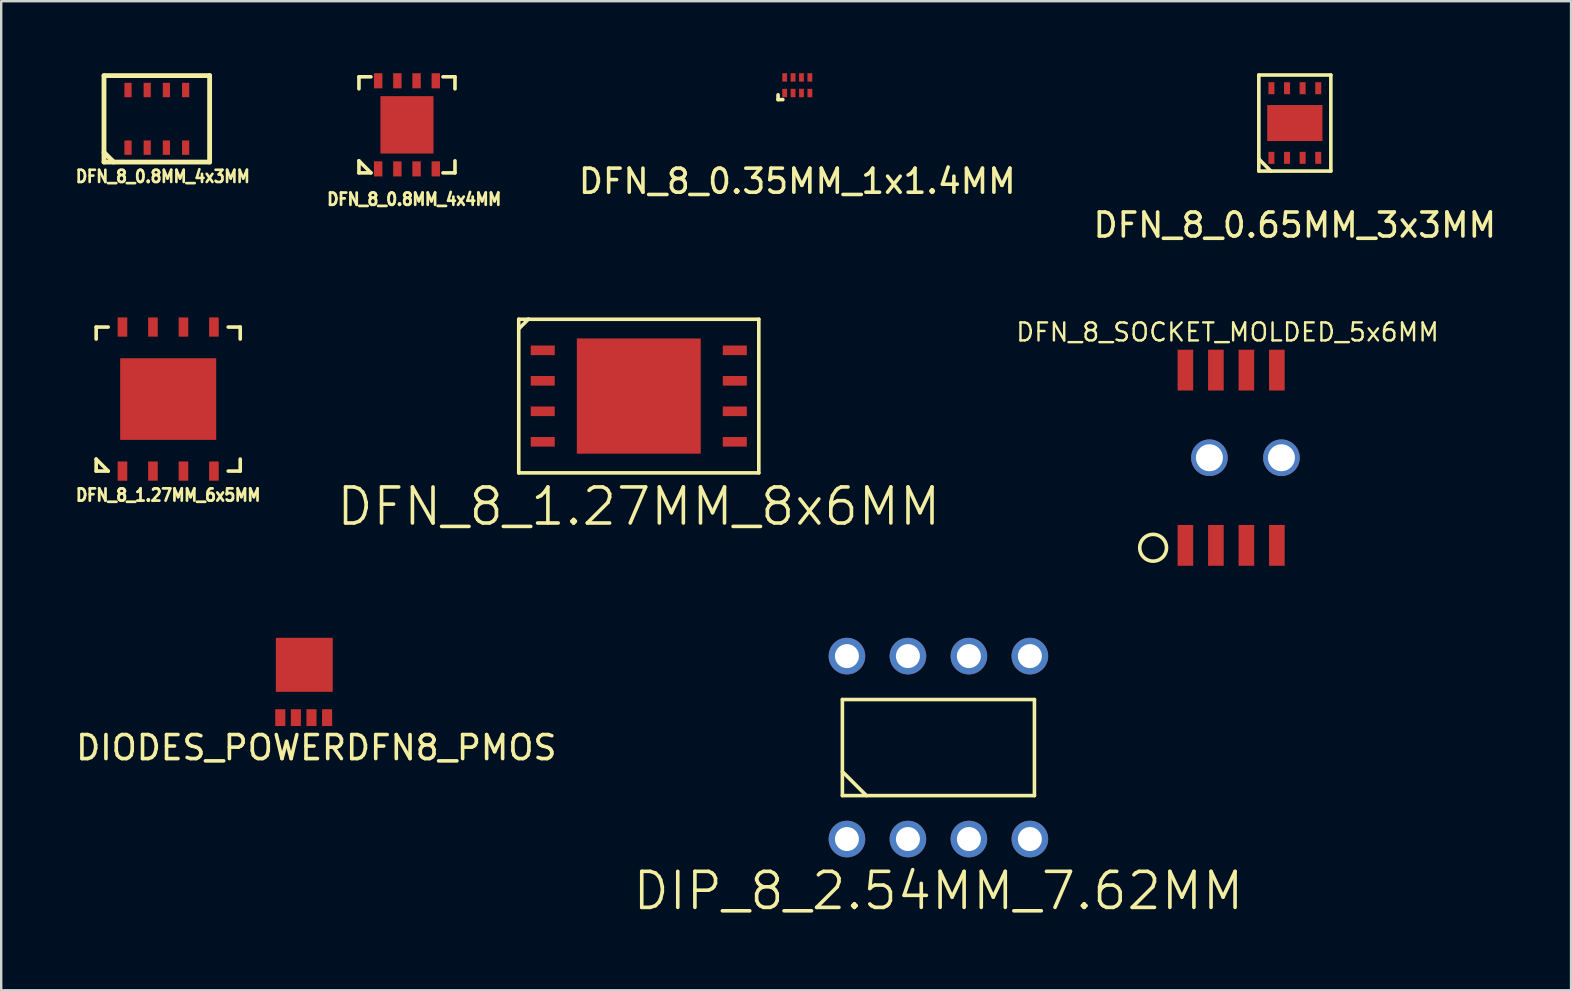
<source format=kicad_pcb>
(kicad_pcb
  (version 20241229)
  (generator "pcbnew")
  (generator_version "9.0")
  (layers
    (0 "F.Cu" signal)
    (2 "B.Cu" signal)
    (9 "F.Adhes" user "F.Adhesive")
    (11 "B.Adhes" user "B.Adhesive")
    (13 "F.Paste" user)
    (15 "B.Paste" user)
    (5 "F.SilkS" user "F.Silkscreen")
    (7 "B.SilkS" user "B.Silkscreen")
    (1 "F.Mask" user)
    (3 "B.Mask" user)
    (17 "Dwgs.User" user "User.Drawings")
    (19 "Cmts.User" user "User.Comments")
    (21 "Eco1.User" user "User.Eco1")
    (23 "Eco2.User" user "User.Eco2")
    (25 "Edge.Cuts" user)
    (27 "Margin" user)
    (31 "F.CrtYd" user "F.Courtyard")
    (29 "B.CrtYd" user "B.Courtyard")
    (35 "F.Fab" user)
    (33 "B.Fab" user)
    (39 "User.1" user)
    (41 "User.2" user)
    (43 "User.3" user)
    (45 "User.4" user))
  (footprint "DIODES_POWERDFN8_PMOS"
    (layer "F.Cu")
    (at 9.625 25.343)
    (property "Reference" "DIODES_POWERDFN8_PMOS" (at 0.5 2.75 0) (layer "F.SilkS") (effects (font (size 1 1) (thickness 0.15))))
    (attr through_hole)
    (pad "D" smd rect (at 0 -0.7) (size 2.37 2.25) (layers "F.Cu" "F.Mask" "F.Paste"))
    (pad "G" smd rect (at 0.95 1.5) (size 0.42 0.7) (layers "F.Cu" "F.Mask" "F.Paste"))
    (pad "S" smd rect (at -1 1.5) (size 0.42 0.7) (layers "F.Cu" "F.Mask" "F.Paste"))
    (pad "S" smd rect (at -0.35 1.5) (size 0.42 0.7) (layers "F.Cu" "F.Mask" "F.Paste"))
    (pad "S" smd rect (at 0.3 1.5) (size 0.42 0.7) (layers "F.Cu" "F.Mask" "F.Paste")))
  (footprint "DFN_8_0.35MM_1x1.4MM"
    (layer "F.Cu")
    (at 30.16 0.5)
    (property "Reference" "DFN_8_0.35MM_1x1.4MM" (at 0 4 0) (layer "F.SilkS") (effects (font (size 1 1) (thickness 0.15))))
    (attr through_hole)
    (fp_line (start -0.8 0.4) (end -0.8 0.6) (stroke (width 0.15) (type solid)) (layer "F.SilkS"))
    (fp_line (start -0.8 0.6) (end -0.6 0.6) (stroke (width 0.15) (type solid)) (layer "F.SilkS"))
    (pad "1" smd rect (at -0.525 0.325) (size 0.2 0.35) (layers "F.Cu" "F.Mask" "F.Paste"))
    (pad "2" smd rect (at -0.175 0.325) (size 0.2 0.35) (layers "F.Cu" "F.Mask" "F.Paste"))
    (pad "3" smd rect (at 0.175 0.325) (size 0.2 0.35) (layers "F.Cu" "F.Mask" "F.Paste"))
    (pad "4" smd rect (at 0.525 0.325) (size 0.2 0.35) (layers "F.Cu" "F.Mask" "F.Paste"))
    (pad "5" smd rect (at 0.525 -0.325) (size 0.2 0.35) (layers "F.Cu" "F.Mask" "F.Paste"))
    (pad "6" smd rect (at 0.175 -0.325) (size 0.2 0.35) (layers "F.Cu" "F.Mask" "F.Paste"))
    (pad "7" smd rect (at -0.175 -0.325) (size 0.2 0.35) (layers "F.Cu" "F.Mask" "F.Paste"))
    (pad "8" smd rect (at -0.525 -0.325) (size 0.2 0.35) (layers "F.Cu" "F.Mask" "F.Paste")))
  (footprint "DFN_8_1.27MM_8x6MM"
    (layer "F.Cu")
    (at 23.558 13.448)
    (property "Reference" "DFN_8_1.27MM_8x6MM" (at 0 4.6 0) (layer "F.SilkS") (effects (font (size 1.5 1.5) (thickness 0.15))))
    (attr through_hole)
    (fp_line (start -5 -3.2) (end -4.6 -3.2) (stroke (width 0.15) (type solid)) (layer "F.SilkS"))
    (fp_line (start -5 -2.8) (end -4.6 -3.2) (stroke (width 0.15) (type solid)) (layer "F.SilkS"))
    (fp_line (start -5 3.2) (end -5 -3.2) (stroke (width 0.15) (type solid)) (layer "F.SilkS"))
    (fp_line (start -4.6 -3.2) (end 5 -3.2) (stroke (width 0.15) (type solid)) (layer "F.SilkS"))
    (fp_line (start 5 -3.2) (end 5 3.2) (stroke (width 0.15) (type solid)) (layer "F.SilkS"))
    (fp_line (start 5 3.2) (end -5 3.2) (stroke (width 0.15) (type solid)) (layer "F.SilkS"))
    (pad "" smd rect (at -1.5 -1.5) (size 1 1) (layers "F.Paste"))
    (pad "" smd rect (at -1.5 0) (size 1 1) (layers "F.Paste"))
    (pad "" smd rect (at -1.5 1.5) (size 1 1) (layers "F.Paste"))
    (pad "" smd rect (at 0 -1.5) (size 1 1) (layers "F.Paste"))
    (pad "" smd rect (at 0 0) (size 1 1) (layers "F.Paste"))
    (pad "" smd rect (at 0 1.5) (size 1 1) (layers "F.Paste"))
    (pad "" smd rect (at 1.5 -1.5) (size 1 1) (layers "F.Paste"))
    (pad "" smd rect (at 1.5 0) (size 1 1) (layers "F.Paste"))
    (pad "" smd rect (at 1.5 1.5) (size 1 1) (layers "F.Paste"))
    (pad "1" smd rect (at -4 -1.905) (size 1 0.4) (layers "F.Cu" "F.Mask" "F.Paste"))
    (pad "2" smd rect (at -4 -0.635) (size 1 0.4) (layers "F.Cu" "F.Mask" "F.Paste"))
    (pad "3" smd rect (at -4 0.635) (size 1 0.4) (layers "F.Cu" "F.Mask" "F.Paste"))
    (pad "4" smd rect (at -4 1.905) (size 1 0.4) (layers "F.Cu" "F.Mask" "F.Paste"))
    (pad "5" smd rect (at 4 1.905) (size 1 0.4) (layers "F.Cu" "F.Mask" "F.Paste"))
    (pad "6" smd rect (at 4 0.635) (size 1 0.4) (layers "F.Cu" "F.Mask" "F.Paste"))
    (pad "7" smd rect (at 4 -0.635) (size 1 0.4) (layers "F.Cu" "F.Mask" "F.Paste"))
    (pad "8" smd rect (at 4 -1.905) (size 1 0.4) (layers "F.Cu" "F.Mask" "F.Paste"))
    (pad "PAD" smd rect (at 0 0) (size 5.16 4.8) (layers "F.Cu" "F.Mask")))
  (footprint "DIP_8_2.54MM_7.62MM"
    (layer "F.Cu")
    (at 36.039 28.09)
    (property "Reference" "DIP_8_2.54MM_7.62MM" (at 0 5.97 0) (layer "F.SilkS") (effects (font (size 1.5 1.5) (thickness 0.15))))
    (attr through_hole)
    (fp_line (start -4 -2) (end -4 2) (stroke (width 0.15) (type solid)) (layer "F.SilkS"))
    (fp_line (start -4 1) (end -3 2) (stroke (width 0.15) (type solid)) (layer "F.SilkS"))
    (fp_line (start -4 2) (end 4 2) (stroke (width 0.15) (type solid)) (layer "F.SilkS"))
    (fp_line (start 4 -2) (end -4 -2) (stroke (width 0.15) (type solid)) (layer "F.SilkS"))
    (fp_line (start 4 2) (end 4 -2) (stroke (width 0.15) (type solid)) (layer "F.SilkS"))
    (pad "1" thru_hole circle (at -3.81 3.81) (size 1.524 1.524) (drill 1) (layers "*.Cu" "*.Mask"))
    (pad "2" thru_hole circle (at -1.27 3.81) (size 1.524 1.524) (drill 1) (layers "*.Cu" "*.Mask"))
    (pad "3" thru_hole circle (at 1.27 3.81) (size 1.524 1.524) (drill 1) (layers "*.Cu" "*.Mask"))
    (pad "4" thru_hole circle (at 3.81 3.81) (size 1.524 1.524) (drill 1) (layers "*.Cu" "*.Mask"))
    (pad "5" thru_hole circle (at 3.81 -3.81) (size 1.524 1.524) (drill 1) (layers "*.Cu" "*.Mask"))
    (pad "6" thru_hole circle (at 1.27 -3.81) (size 1.524 1.524) (drill 1) (layers "*.Cu" "*.Mask"))
    (pad "7" thru_hole circle (at -1.27 -3.81) (size 1.524 1.524) (drill 1) (layers "*.Cu" "*.Mask"))
    (pad "8" thru_hole circle (at -3.81 -3.81) (size 1.524 1.524) (drill 1) (layers "*.Cu" "*.Mask")))
  (footprint "DFN_8_0.65MM_3x3MM"
    (layer "F.Cu")
    (at 50.886 2.075)
    (property "Reference" "DFN_8_0.65MM_3x3MM" (at 0 4.25 0) (layer "F.SilkS") (effects (font (size 1 1) (thickness 0.15))))
    (attr through_hole)
    (fp_line (start -1.5 -2) (end -1.5 1.5) (stroke (width 0.15) (type solid)) (layer "F.SilkS"))
    (fp_line (start -1.5 -2) (end 1.5 -2) (stroke (width 0.15) (type solid)) (layer "F.SilkS"))
    (fp_line (start -1.5 1.5) (end -1.5 2) (stroke (width 0.15) (type solid)) (layer "F.SilkS"))
    (fp_line (start -1.5 1.5) (end -1 2) (stroke (width 0.15) (type solid)) (layer "F.SilkS"))
    (fp_line (start -1.5 2) (end -1 2) (stroke (width 0.15) (type solid)) (layer "F.SilkS"))
    (fp_line (start -1 2) (end 1.5 2) (stroke (width 0.15) (type solid)) (layer "F.SilkS"))
    (fp_line (start 1.5 2) (end 1.5 -2) (stroke (width 0.15) (type solid)) (layer "F.SilkS"))
    (pad "1" smd rect (at -0.975 1.45) (size 0.25 0.5) (layers "F.Cu" "F.Mask" "F.Paste"))
    (pad "2" smd rect (at -0.325 1.45) (size 0.25 0.5) (layers "F.Cu" "F.Mask" "F.Paste"))
    (pad "3" smd rect (at 0.325 1.45) (size 0.25 0.5) (layers "F.Cu" "F.Mask" "F.Paste"))
    (pad "4" smd rect (at 0.975 1.45) (size 0.25 0.5) (layers "F.Cu" "F.Mask" "F.Paste"))
    (pad "5" smd rect (at 0.975 -1.45) (size 0.25 0.5) (layers "F.Cu" "F.Mask" "F.Paste"))
    (pad "6" smd rect (at 0.325 -1.45) (size 0.25 0.5) (layers "F.Cu" "F.Mask" "F.Paste"))
    (pad "7" smd rect (at -0.325 -1.45) (size 0.25 0.5) (layers "F.Cu" "F.Mask" "F.Paste"))
    (pad "8" smd rect (at -0.975 -1.45) (size 0.25 0.5) (layers "F.Cu" "F.Mask" "F.Paste"))
    (pad "PAD" smd rect (at 0 0) (size 2.3 1.5) (layers "F.Cu" "F.Mask" "F.Paste")))
  (footprint "DFN_8_1.27MM_6x5MM"
    (layer "F.Cu")
    (at 3.956 13.573)
    (property "Reference" "DFN_8_1.27MM_6x5MM" (at 0 4 0) (layer "F.SilkS") (effects (font (size 0.508 0.457) (thickness 0.114))))
    (attr through_hole)
    (fp_line (start -3 -3) (end -3 -2.5) (stroke (width 0.15) (type solid)) (layer "F.SilkS"))
    (fp_line (start -3 2.5) (end -3 3) (stroke (width 0.15) (type solid)) (layer "F.SilkS"))
    (fp_line (start -3 3) (end -2.5 3) (stroke (width 0.15) (type solid)) (layer "F.SilkS"))
    (fp_line (start -2.5 -3) (end -3 -3) (stroke (width 0.15) (type solid)) (layer "F.SilkS"))
    (fp_line (start -2.5 3) (end -3 2.5) (stroke (width 0.15) (type solid)) (layer "F.SilkS"))
    (fp_line (start 2.5 -3) (end 3 -3) (stroke (width 0.15) (type solid)) (layer "F.SilkS"))
    (fp_line (start 2.5 3) (end 3 3) (stroke (width 0.15) (type solid)) (layer "F.SilkS"))
    (fp_line (start 3 -3) (end 3 -2.5) (stroke (width 0.15) (type solid)) (layer "F.SilkS"))
    (fp_line (start 3 3) (end 3 2.5) (stroke (width 0.15) (type solid)) (layer "F.SilkS"))
    (pad "1" smd rect (at -1.905 3) (size 0.4 0.8) (layers "F.Cu" "F.Mask" "F.Paste"))
    (pad "2" smd rect (at -0.635 3) (size 0.4 0.8) (layers "F.Cu" "F.Mask" "F.Paste"))
    (pad "3" smd rect (at 0.635 3) (size 0.4 0.8) (layers "F.Cu" "F.Mask" "F.Paste"))
    (pad "4" smd rect (at 1.905 3) (size 0.4 0.8) (layers "F.Cu" "F.Mask" "F.Paste"))
    (pad "5" smd rect (at 1.905 -3) (size 0.4 0.8) (layers "F.Cu" "F.Mask" "F.Paste"))
    (pad "6" smd rect (at 0.635 -3) (size 0.4 0.8) (layers "F.Cu" "F.Mask" "F.Paste"))
    (pad "7" smd rect (at -0.635 -3) (size 0.4 0.8) (layers "F.Cu" "F.Mask" "F.Paste"))
    (pad "8" smd rect (at -1.905 -3) (size 0.4 0.8) (layers "F.Cu" "F.Mask" "F.Paste"))
    (pad "PAD" smd rect (at -1.5 -1.25) (size 0.5 0.5) (layers "F.Cu" "F.Paste"))
    (pad "PAD" smd rect (at -1.5 -0.5) (size 0.5 0.5) (layers "F.Cu" "F.Paste"))
    (pad "PAD" smd rect (at -1.5 0.25) (size 0.5 0.5) (layers "F.Cu" "F.Paste"))
    (pad "PAD" smd rect (at -1.5 1) (size 0.5 0.5) (layers "F.Cu" "F.Paste"))
    (pad "PAD" smd rect (at -0.75 -1.25) (size 0.5 0.5) (layers "F.Cu" "F.Paste"))
    (pad "PAD" smd rect (at -0.75 -0.5) (size 0.5 0.5) (layers "F.Cu" "F.Paste"))
    (pad "PAD" smd rect (at -0.75 0.25) (size 0.5 0.5) (layers "F.Cu" "F.Paste"))
    (pad "PAD" smd rect (at -0.75 1) (size 0.5 0.5) (layers "F.Cu" "F.Paste"))
    (pad "PAD" smd rect (at 0 -1.25) (size 0.5 0.5) (layers "F.Cu" "F.Paste"))
    (pad "PAD" smd rect (at 0 -0.5) (size 0.5 0.5) (layers "F.Cu" "F.Paste"))
    (pad "PAD" smd rect (at 0 0) (size 4 3.4) (layers "F.Cu" "F.Mask"))
    (pad "PAD" smd rect (at 0 0.25) (size 0.5 0.5) (layers "F.Cu" "F.Paste"))
    (pad "PAD" smd rect (at 0 1) (size 0.5 0.5) (layers "F.Cu" "F.Paste"))
    (pad "PAD" smd rect (at 0.75 -1.25) (size 0.5 0.5) (layers "F.Cu" "F.Paste"))
    (pad "PAD" smd rect (at 0.75 -0.5) (size 0.5 0.5) (layers "F.Cu" "F.Paste"))
    (pad "PAD" smd rect (at 0.75 0.25) (size 0.5 0.5) (layers "F.Cu" "F.Paste"))
    (pad "PAD" smd rect (at 0.75 1) (size 0.5 0.5) (layers "F.Cu" "F.Paste"))
    (pad "PAD" smd rect (at 1.5 -1.25) (size 0.5 0.5) (layers "F.Cu" "F.Paste"))
    (pad "PAD" smd rect (at 1.5 -0.5) (size 0.5 0.5) (layers "F.Cu" "F.Paste"))
    (pad "PAD" smd rect (at 1.5 0.25) (size 0.5 0.5) (layers "F.Cu" "F.Paste"))
    (pad "PAD" smd rect (at 1.5 1) (size 0.5 0.5) (layers "F.Cu" "F.Paste")))
  (footprint "DFN_8_0.8MM_4x4MM"
    (layer "F.Cu")
    (at 13.902 2.15)
    (property "Reference" "DFN_8_0.8MM_4x4MM" (at 0.3 3.1 0) (layer "F.SilkS") (effects (font (size 0.508 0.457) (thickness 0.114))))
    (attr through_hole)
    (fp_line (start -2 -2) (end -2 -1.5) (stroke (width 0.15) (type solid)) (layer "F.SilkS"))
    (fp_line (start -2 1.5) (end -1.5 2) (stroke (width 0.15) (type solid)) (layer "F.SilkS"))
    (fp_line (start -2 2) (end -2 1.5) (stroke (width 0.15) (type solid)) (layer "F.SilkS"))
    (fp_line (start -1.5 -2) (end -2 -2) (stroke (width 0.15) (type solid)) (layer "F.SilkS"))
    (fp_line (start -1.5 2) (end -2 2) (stroke (width 0.15) (type solid)) (layer "F.SilkS"))
    (fp_line (start 1.5 -2) (end 2 -2) (stroke (width 0.15) (type solid)) (layer "F.SilkS"))
    (fp_line (start 2 -2) (end 2 -1.5) (stroke (width 0.15) (type solid)) (layer "F.SilkS"))
    (fp_line (start 2 1.5) (end 2 2) (stroke (width 0.15) (type solid)) (layer "F.SilkS"))
    (fp_line (start 2 2) (end 1.5 2) (stroke (width 0.15) (type solid)) (layer "F.SilkS"))
    (pad "1" smd rect (at -1.2 1.835) (size 0.35 0.63) (layers "F.Cu" "F.Mask" "F.Paste"))
    (pad "2" smd rect (at -0.4 1.835) (size 0.35 0.63) (layers "F.Cu" "F.Mask" "F.Paste"))
    (pad "3" smd rect (at 0.4 1.835) (size 0.35 0.63) (layers "F.Cu" "F.Mask" "F.Paste"))
    (pad "4" smd rect (at 1.2 1.835) (size 0.35 0.63) (layers "F.Cu" "F.Mask" "F.Paste"))
    (pad "5" smd rect (at 1.2 -1.835) (size 0.35 0.63) (layers "F.Cu" "F.Mask" "F.Paste"))
    (pad "6" smd rect (at 0.4 -1.835) (size 0.35 0.63) (layers "F.Cu" "F.Mask" "F.Paste"))
    (pad "7" smd rect (at -0.4 -1.835) (size 0.35 0.63) (layers "F.Cu" "F.Mask" "F.Paste"))
    (pad "8" smd rect (at -1.2 -1.835) (size 0.35 0.63) (layers "F.Cu" "F.Mask" "F.Paste"))
    (pad "PAD" smd rect (at -0.75 -0.75) (size 0.5 0.5) (layers "F.Cu" "F.Paste"))
    (pad "PAD" smd rect (at -0.75 0) (size 0.5 0.5) (layers "F.Cu" "F.Paste"))
    (pad "PAD" smd rect (at -0.75 0.75) (size 0.5 0.5) (layers "F.Cu" "F.Paste"))
    (pad "PAD" smd rect (at 0 -0.75) (size 0.5 0.5) (layers "F.Cu" "F.Paste"))
    (pad "PAD" smd rect (at 0 0) (size 0.5 0.5) (layers "F.Cu" "F.Paste"))
    (pad "PAD" smd rect (at 0 0) (size 2.21 2.39) (layers "F.Cu" "F.Mask"))
    (pad "PAD" smd rect (at 0 0.75) (size 0.5 0.5) (layers "F.Cu" "F.Paste"))
    (pad "PAD" smd rect (at 0.75 -0.75) (size 0.5 0.5) (layers "F.Cu" "F.Paste"))
    (pad "PAD" smd rect (at 0.75 0) (size 0.5 0.5) (layers "F.Cu" "F.Paste"))
    (pad "PAD" smd rect (at 0.75 0.75) (size 0.5 0.5) (layers "F.Cu" "F.Paste")))
  (footprint "DFN_8_SOCKET_MOLDED_5x6MM"
    (layer "F.Cu")
    (at 48.233 16.017)
    (property "Reference" "DFN_8_SOCKET_MOLDED_5x6MM" (at -0.15 -5.23 0) (layer "F.SilkS") (effects (font (size 0.75 0.75) (thickness 0.1))))
    (attr smd)
    (fp_circle (center -3.25 3.75) (end -2.75 4) (stroke (width 0.15) (type default)) (fill no) (layer "F.SilkS"))
    (pad "" np_thru_hole circle (at -0.905 0) (size 1.524 1.524) (drill 1.125) (layers "*.Cu" "*.Mask"))
    (pad "" np_thru_hole circle (at 2.095 0) (size 1.524 1.524) (drill 1.125) (layers "*.Cu" "*.Mask"))
    (pad "1" smd rect (at -1.905 3.65) (size 0.65 1.7) (layers "F.Cu" "F.Mask" "F.Paste"))
    (pad "2" smd rect (at -0.635 3.65) (size 0.65 1.7) (layers "F.Cu" "F.Mask" "F.Paste"))
    (pad "3" smd rect (at 0.635 3.65) (size 0.65 1.7) (layers "F.Cu" "F.Mask" "F.Paste"))
    (pad "4" smd rect (at 1.905 3.65) (size 0.65 1.7) (layers "F.Cu" "F.Mask" "F.Paste"))
    (pad "5" smd rect (at 1.905 -3.65) (size 0.65 1.7) (layers "F.Cu" "F.Mask" "F.Paste"))
    (pad "6" smd rect (at 0.635 -3.65) (size 0.65 1.7) (layers "F.Cu" "F.Mask" "F.Paste"))
    (pad "7" smd rect (at -0.635 -3.65) (size 0.65 1.7) (layers "F.Cu" "F.Mask" "F.Paste"))
    (pad "8" smd rect (at -1.905 -3.65) (size 0.65 1.7) (layers "F.Cu" "F.Mask" "F.Paste")))
  (footprint "DFN_8_0.8MM_4x3MM"
    (layer "F.Cu")
    (at 3.482 1.9)
    (property "Reference" "DFN_8_0.8MM_4x3MM" (at 0.25 2.4 0) (layer "F.SilkS") (effects (font (size 0.508 0.457) (thickness 0.11))))
    (attr through_hole)
    (fp_line (start -2.2 -1.8) (end -2.2 1.8) (stroke (width 0.2) (type solid)) (layer "F.SilkS"))
    (fp_line (start -2.2 -1.8) (end 2.2 -1.8) (stroke (width 0.2) (type solid)) (layer "F.SilkS"))
    (fp_line (start -2.2 1.4) (end -1.8 1.8) (stroke (width 0.2) (type solid)) (layer "F.SilkS"))
    (fp_line (start 2.2 -1.8) (end 2.2 1.8) (stroke (width 0.2) (type solid)) (layer "F.SilkS"))
    (fp_line (start 2.2 1.8) (end -2.2 1.8) (stroke (width 0.2) (type solid)) (layer "F.SilkS"))
    (pad "1" smd rect (at -1.2 1.2) (size 0.3 0.6) (layers "F.Cu" "F.Mask" "F.Paste"))
    (pad "2" smd rect (at -0.4 1.2) (size 0.3 0.6) (layers "F.Cu" "F.Mask" "F.Paste"))
    (pad "3" smd rect (at 0.4 1.2) (size 0.3 0.6) (layers "F.Cu" "F.Mask" "F.Paste"))
    (pad "4" smd rect (at 1.2 1.2) (size 0.3 0.6) (layers "F.Cu" "F.Mask" "F.Paste"))
    (pad "5" smd rect (at 1.2 -1.2) (size 0.3 0.6) (layers "F.Cu" "F.Mask" "F.Paste"))
    (pad "6" smd rect (at 0.4 -1.2) (size 0.3 0.6) (layers "F.Cu" "F.Mask" "F.Paste"))
    (pad "7" smd rect (at -0.4 -1.2) (size 0.3 0.6) (layers "F.Cu" "F.Mask" "F.Paste"))
    (pad "8" smd rect (at -1.2 -1.2) (size 0.3 0.6) (layers "F.Cu" "F.Mask" "F.Paste")))
  (gr_rect
    (start -3 -3)
    (end 62.392 38.2)
    (stroke (width 0.1) (type default))
    (fill no)
    (layer "Edge.Cuts")))
</source>
